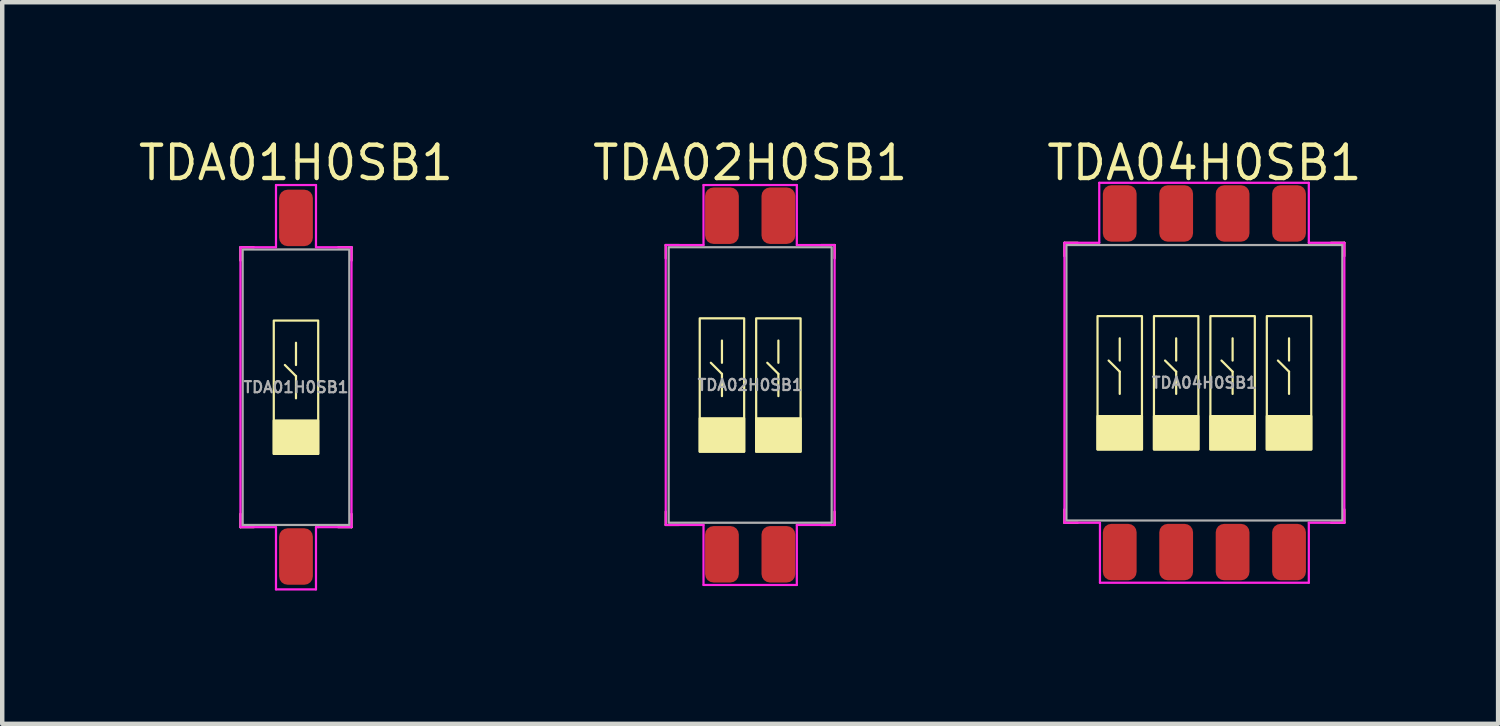
<source format=kicad_pcb>
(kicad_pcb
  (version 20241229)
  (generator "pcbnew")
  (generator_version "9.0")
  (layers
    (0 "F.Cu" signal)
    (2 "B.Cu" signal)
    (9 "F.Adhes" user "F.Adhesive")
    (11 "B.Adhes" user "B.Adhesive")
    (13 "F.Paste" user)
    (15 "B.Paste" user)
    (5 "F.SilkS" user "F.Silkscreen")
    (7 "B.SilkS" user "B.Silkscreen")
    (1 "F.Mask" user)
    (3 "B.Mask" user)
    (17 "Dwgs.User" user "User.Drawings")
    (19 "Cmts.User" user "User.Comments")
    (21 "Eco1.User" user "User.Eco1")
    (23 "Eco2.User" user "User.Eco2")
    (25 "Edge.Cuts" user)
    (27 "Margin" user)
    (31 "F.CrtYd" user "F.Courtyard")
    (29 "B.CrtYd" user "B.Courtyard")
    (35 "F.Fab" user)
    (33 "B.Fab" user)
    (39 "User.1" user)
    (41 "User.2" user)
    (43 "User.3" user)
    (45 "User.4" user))
  (footprint "TDA02H0SB1"
    (layer "F.Cu")
    (at 13.832 5.614)
    (property "Reference" "TDA02H0SB1" (at 0 -5 0) (unlocked yes) (layer "F.SilkS") (effects (font (size 0.75 0.75) (thickness 0.1))))
    (attr smd)
    (fp_line (start -1.9 -3.15) (end -1.9 -2.85) (stroke (width 0.05) (type solid)) (layer "F.SilkS"))
    (fp_line (start -1.9 -3.15) (end -1.6 -3.15) (stroke (width 0.05) (type solid)) (layer "F.SilkS"))
    (fp_line (start -1.9 3.15) (end -1.9 2.85) (stroke (width 0.05) (type solid)) (layer "F.SilkS"))
    (fp_line (start -1.9 3.15) (end -1.6 3.15) (stroke (width 0.05) (type solid)) (layer "F.SilkS"))
    (fp_line (start -0.635 -0.5) (end -0.635 -1) (stroke (width 0.05) (type solid)) (layer "F.SilkS"))
    (fp_line (start -0.635 -0.25) (end -0.885 -0.5) (stroke (width 0.05) (type solid)) (layer "F.SilkS"))
    (fp_line (start -0.635 0.25) (end -0.635 -0.25) (stroke (width 0.05) (type solid)) (layer "F.SilkS"))
    (fp_line (start 0.635 -0.5) (end 0.635 -1) (stroke (width 0.05) (type solid)) (layer "F.SilkS"))
    (fp_line (start 0.635 -0.25) (end 0.385 -0.5) (stroke (width 0.05) (type solid)) (layer "F.SilkS"))
    (fp_line (start 0.635 0.25) (end 0.635 -0.25) (stroke (width 0.05) (type solid)) (layer "F.SilkS"))
    (fp_line (start 1.9 -3.15) (end 1.6 -3.15) (stroke (width 0.05) (type solid)) (layer "F.SilkS"))
    (fp_line (start 1.9 -3.15) (end 1.9 -2.85) (stroke (width 0.05) (type solid)) (layer "F.SilkS"))
    (fp_line (start 1.9 3.15) (end 1.6 3.15) (stroke (width 0.05) (type solid)) (layer "F.SilkS"))
    (fp_line (start 1.9 3.15) (end 1.9 2.85) (stroke (width 0.05) (type solid)) (layer "F.SilkS"))
    (fp_rect (start -1.135 -1.5) (end -0.135 1.5) (stroke (width 0.05) (type solid)) (fill no) (layer "F.SilkS"))
    (fp_rect (start -1.135 0.75) (end -0.135 1.5) (stroke (width 0.05) (type solid)) (fill yes) (layer "F.SilkS"))
    (fp_rect (start 0.135 -1.5) (end 1.135 1.5) (stroke (width 0.05) (type solid)) (fill no) (layer "F.SilkS"))
    (fp_rect (start 0.135 0.75) (end 1.135 1.5) (stroke (width 0.05) (type solid)) (fill yes) (layer "F.SilkS"))
    (fp_line (start -1.9 -3.15) (end -1.05 -3.15) (stroke (width 0.05) (type solid)) (layer "F.CrtYd"))
    (fp_line (start -1.9 3.15) (end -1.9 -3.15) (stroke (width 0.05) (type solid)) (layer "F.CrtYd"))
    (fp_line (start -1.05 -4.5) (end 1.05 -4.5) (stroke (width 0.05) (type solid)) (layer "F.CrtYd"))
    (fp_line (start -1.05 -3.15) (end -1.05 -4.5) (stroke (width 0.05) (type solid)) (layer "F.CrtYd"))
    (fp_line (start -1.05 3.15) (end -1.9 3.15) (stroke (width 0.05) (type solid)) (layer "F.CrtYd"))
    (fp_line (start -1.05 4.5) (end -1.05 3.15) (stroke (width 0.05) (type solid)) (layer "F.CrtYd"))
    (fp_line (start 1.05 -4.5) (end 1.05 -3.15) (stroke (width 0.05) (type solid)) (layer "F.CrtYd"))
    (fp_line (start 1.05 -3.15) (end 1.9 -3.15) (stroke (width 0.05) (type solid)) (layer "F.CrtYd"))
    (fp_line (start 1.05 4.5) (end -1.05 4.5) (stroke (width 0.05) (type solid)) (layer "F.CrtYd"))
    (fp_line (start 1.05 4.5) (end 1.05 3.15) (stroke (width 0.05) (type solid)) (layer "F.CrtYd"))
    (fp_line (start 1.9 -3.15) (end 1.9 3.15) (stroke (width 0.05) (type solid)) (layer "F.CrtYd"))
    (fp_line (start 1.9 3.15) (end 1.05 3.15) (stroke (width 0.05) (type solid)) (layer "F.CrtYd"))
    (fp_rect (start -1.835 -3.1) (end 1.835 3.1) (stroke (width 0.05) (type solid)) (fill no) (layer "F.Fab"))
    (fp_text user "${REFERENCE}" (at 0 0 0) (unlocked yes) (layer "F.Fab") (effects (font (size 0.25 0.25) (thickness 0.05))))
    (pad "1" smd roundrect (at -0.635 3.81) (size 0.76 1.27) (layers "F.Cu" "F.Mask" "F.Paste") (roundrect_rratio 0.25))
    (pad "2" smd roundrect (at -0.635 -3.81) (size 0.76 1.27) (layers "F.Cu" "F.Mask" "F.Paste") (roundrect_rratio 0.25))
    (pad "3" smd roundrect (at 0.635 3.81) (size 0.76 1.27) (layers "F.Cu" "F.Mask" "F.Paste") (roundrect_rratio 0.25))
    (pad "4" smd roundrect (at 0.635 -3.81) (size 0.76 1.27) (layers "F.Cu" "F.Mask" "F.Paste") (roundrect_rratio 0.25)))
  (footprint "TDA04H0SB1"
    (layer "F.Cu")
    (at 24.054 5.564)
    (property "Reference" "TDA04H0SB1" (at 0 -4.95 0) (unlocked yes) (layer "F.SilkS") (effects (font (size 0.75 0.75) (thickness 0.1))))
    (attr smd)
    (fp_line (start -3.15 -3.15) (end -3.15 -2.85) (stroke (width 0.05) (type solid)) (layer "F.SilkS"))
    (fp_line (start -3.15 -3.15) (end -2.85 -3.15) (stroke (width 0.05) (type solid)) (layer "F.SilkS"))
    (fp_line (start -3.15 3.15) (end -3.15 2.85) (stroke (width 0.05) (type solid)) (layer "F.SilkS"))
    (fp_line (start -3.15 3.15) (end -2.85 3.15) (stroke (width 0.05) (type solid)) (layer "F.SilkS"))
    (fp_line (start -1.905 -0.5) (end -1.905 -1) (stroke (width 0.05) (type solid)) (layer "F.SilkS"))
    (fp_line (start -1.905 -0.25) (end -2.155 -0.5) (stroke (width 0.05) (type solid)) (layer "F.SilkS"))
    (fp_line (start -1.905 0.25) (end -1.905 -0.25) (stroke (width 0.05) (type solid)) (layer "F.SilkS"))
    (fp_line (start -0.635 -0.5) (end -0.635 -1) (stroke (width 0.05) (type solid)) (layer "F.SilkS"))
    (fp_line (start -0.635 -0.25) (end -0.885 -0.5) (stroke (width 0.05) (type solid)) (layer "F.SilkS"))
    (fp_line (start -0.635 0.25) (end -0.635 -0.25) (stroke (width 0.05) (type solid)) (layer "F.SilkS"))
    (fp_line (start 0.635 -0.5) (end 0.635 -1) (stroke (width 0.05) (type solid)) (layer "F.SilkS"))
    (fp_line (start 0.635 -0.25) (end 0.385 -0.5) (stroke (width 0.05) (type solid)) (layer "F.SilkS"))
    (fp_line (start 0.635 0.25) (end 0.635 -0.25) (stroke (width 0.05) (type solid)) (layer "F.SilkS"))
    (fp_line (start 1.905 -0.5) (end 1.905 -1) (stroke (width 0.05) (type solid)) (layer "F.SilkS"))
    (fp_line (start 1.905 -0.25) (end 1.655 -0.5) (stroke (width 0.05) (type solid)) (layer "F.SilkS"))
    (fp_line (start 1.905 0.25) (end 1.905 -0.25) (stroke (width 0.05) (type solid)) (layer "F.SilkS"))
    (fp_line (start 3.15 -3.15) (end 2.85 -3.15) (stroke (width 0.05) (type solid)) (layer "F.SilkS"))
    (fp_line (start 3.15 -3.15) (end 3.15 -2.85) (stroke (width 0.05) (type solid)) (layer "F.SilkS"))
    (fp_line (start 3.15 3.15) (end 2.85 3.15) (stroke (width 0.05) (type solid)) (layer "F.SilkS"))
    (fp_line (start 3.15 3.15) (end 3.15 2.85) (stroke (width 0.05) (type solid)) (layer "F.SilkS"))
    (fp_rect (start -2.405 -1.5) (end -1.405 1.5) (stroke (width 0.05) (type solid)) (fill no) (layer "F.SilkS"))
    (fp_rect (start -2.405 0.75) (end -1.405 1.5) (stroke (width 0.05) (type solid)) (fill yes) (layer "F.SilkS"))
    (fp_rect (start -1.135 -1.5) (end -0.135 1.5) (stroke (width 0.05) (type solid)) (fill no) (layer "F.SilkS"))
    (fp_rect (start -1.135 0.75) (end -0.135 1.5) (stroke (width 0.05) (type solid)) (fill yes) (layer "F.SilkS"))
    (fp_rect (start 0.135 -1.5) (end 1.135 1.5) (stroke (width 0.05) (type solid)) (fill no) (layer "F.SilkS"))
    (fp_rect (start 0.135 0.75) (end 1.135 1.5) (stroke (width 0.05) (type solid)) (fill yes) (layer "F.SilkS"))
    (fp_rect (start 1.405 -1.5) (end 2.405 1.5) (stroke (width 0.05) (type solid)) (fill no) (layer "F.SilkS"))
    (fp_rect (start 1.405 0.75) (end 2.405 1.5) (stroke (width 0.05) (type solid)) (fill yes) (layer "F.SilkS"))
    (fp_line (start -3.15 -3.15) (end -2.366 -3.15) (stroke (width 0.05) (type solid)) (layer "F.CrtYd"))
    (fp_line (start -3.15 3.15) (end -3.15 -3.15) (stroke (width 0.05) (type solid)) (layer "F.CrtYd"))
    (fp_line (start -2.366 -4.5) (end 2.35 -4.5) (stroke (width 0.05) (type solid)) (layer "F.CrtYd"))
    (fp_line (start -2.366 -3.15) (end -2.366 -4.5) (stroke (width 0.05) (type solid)) (layer "F.CrtYd"))
    (fp_line (start -2.35 3.15) (end -3.15 3.15) (stroke (width 0.05) (type solid)) (layer "F.CrtYd"))
    (fp_line (start -2.35 4.5) (end -2.35 3.15) (stroke (width 0.05) (type solid)) (layer "F.CrtYd"))
    (fp_line (start 2.35 -4.5) (end 2.35 -3.15) (stroke (width 0.05) (type solid)) (layer "F.CrtYd"))
    (fp_line (start 2.35 -3.15) (end 3.15 -3.15) (stroke (width 0.05) (type solid)) (layer "F.CrtYd"))
    (fp_line (start 2.35 4.5) (end -2.35 4.5) (stroke (width 0.05) (type solid)) (layer "F.CrtYd"))
    (fp_line (start 2.35 4.5) (end 2.35 3.15) (stroke (width 0.05) (type solid)) (layer "F.CrtYd"))
    (fp_line (start 3.15 -3.15) (end 3.15 3.15) (stroke (width 0.05) (type solid)) (layer "F.CrtYd"))
    (fp_line (start 3.15 3.15) (end 2.35 3.15) (stroke (width 0.05) (type solid)) (layer "F.CrtYd"))
    (fp_rect (start -3.105 -3.1) (end 3.105 3.1) (stroke (width 0.05) (type solid)) (fill no) (layer "F.Fab"))
    (fp_text user "${REFERENCE}" (at 0 0 0) (unlocked yes) (layer "F.Fab") (effects (font (size 0.25 0.25) (thickness 0.05))))
    (pad "1" smd roundrect (at -1.905 3.81) (size 0.76 1.27) (layers "F.Cu" "F.Mask" "F.Paste") (roundrect_rratio 0.25))
    (pad "2" smd roundrect (at -1.905 -3.81) (size 0.76 1.27) (layers "F.Cu" "F.Mask" "F.Paste") (roundrect_rratio 0.25))
    (pad "3" smd roundrect (at -0.635 3.81) (size 0.76 1.27) (layers "F.Cu" "F.Mask" "F.Paste") (roundrect_rratio 0.25))
    (pad "4" smd roundrect (at -0.635 -3.81) (size 0.76 1.27) (layers "F.Cu" "F.Mask" "F.Paste") (roundrect_rratio 0.25))
    (pad "5" smd roundrect (at 0.635 3.81) (size 0.76 1.27) (layers "F.Cu" "F.Mask" "F.Paste") (roundrect_rratio 0.25))
    (pad "6" smd roundrect (at 0.635 -3.81) (size 0.76 1.27) (layers "F.Cu" "F.Mask" "F.Paste") (roundrect_rratio 0.25))
    (pad "7" smd roundrect (at 1.905 3.81) (size 0.76 1.27) (layers "F.Cu" "F.Mask" "F.Paste") (roundrect_rratio 0.25))
    (pad "8" smd roundrect (at 1.905 -3.81) (size 0.76 1.27) (layers "F.Cu" "F.Mask" "F.Paste") (roundrect_rratio 0.25)))
  (footprint "TDA01H0SB1"
    (layer "F.Cu")
    (at 3.611 5.664)
    (property "Reference" "TDA01H0SB1" (at 0 -5.05 0) (unlocked yes) (layer "F.SilkS") (effects (font (size 0.75 0.75) (thickness 0.1))))
    (attr smd)
    (fp_line (start -1.25 -3.15) (end -1.25 -2.85) (stroke (width 0.05) (type solid)) (layer "F.SilkS"))
    (fp_line (start -1.25 -3.15) (end -0.95 -3.15) (stroke (width 0.05) (type solid)) (layer "F.SilkS"))
    (fp_line (start -1.25 3.15) (end -1.25 2.85) (stroke (width 0.05) (type solid)) (layer "F.SilkS"))
    (fp_line (start -1.25 3.15) (end -0.95 3.15) (stroke (width 0.05) (type solid)) (layer "F.SilkS"))
    (fp_line (start 0 -0.5) (end 0 -1) (stroke (width 0.05) (type solid)) (layer "F.SilkS"))
    (fp_line (start 0 -0.25) (end -0.25 -0.5) (stroke (width 0.05) (type solid)) (layer "F.SilkS"))
    (fp_line (start 0 0.25) (end 0 -0.25) (stroke (width 0.05) (type solid)) (layer "F.SilkS"))
    (fp_line (start 1.25 -3.15) (end 0.95 -3.15) (stroke (width 0.05) (type solid)) (layer "F.SilkS"))
    (fp_line (start 1.25 -3.15) (end 1.25 -2.85) (stroke (width 0.05) (type solid)) (layer "F.SilkS"))
    (fp_line (start 1.25 3.15) (end 0.95 3.15) (stroke (width 0.05) (type solid)) (layer "F.SilkS"))
    (fp_line (start 1.25 3.15) (end 1.25 2.85) (stroke (width 0.05) (type solid)) (layer "F.SilkS"))
    (fp_rect (start -0.5 -1.5) (end 0.5 1.5) (stroke (width 0.05) (type solid)) (fill no) (layer "F.SilkS"))
    (fp_rect (start -0.5 0.75) (end 0.5 1.5) (stroke (width 0.05) (type solid)) (fill yes) (layer "F.SilkS"))
    (fp_line (start -1.25 -3.15) (end -0.45 -3.15) (stroke (width 0.05) (type solid)) (layer "F.CrtYd"))
    (fp_line (start -1.25 3.15) (end -1.25 -3.15) (stroke (width 0.05) (type solid)) (layer "F.CrtYd"))
    (fp_line (start -0.45 -4.55) (end 0.45 -4.55) (stroke (width 0.05) (type solid)) (layer "F.CrtYd"))
    (fp_line (start -0.45 -3.15) (end -0.45 -4.55) (stroke (width 0.05) (type solid)) (layer "F.CrtYd"))
    (fp_line (start -0.45 3.15) (end -1.25 3.15) (stroke (width 0.05) (type solid)) (layer "F.CrtYd"))
    (fp_line (start -0.45 4.55) (end -0.45 3.15) (stroke (width 0.05) (type solid)) (layer "F.CrtYd"))
    (fp_line (start 0.45 -4.55) (end 0.45 -3.2) (stroke (width 0.05) (type solid)) (layer "F.CrtYd"))
    (fp_line (start 0.45 -3.2) (end 0.45 -3.15) (stroke (width 0.05) (type solid)) (layer "F.CrtYd"))
    (fp_line (start 0.45 -3.15) (end 1.25 -3.15) (stroke (width 0.05) (type solid)) (layer "F.CrtYd"))
    (fp_line (start 0.45 3.15) (end 0.45 4.55) (stroke (width 0.05) (type solid)) (layer "F.CrtYd"))
    (fp_line (start 0.45 4.55) (end -0.45 4.55) (stroke (width 0.05) (type solid)) (layer "F.CrtYd"))
    (fp_line (start 0.5 3.15) (end 0.45 3.15) (stroke (width 0.05) (type solid)) (layer "F.CrtYd"))
    (fp_line (start 1.25 -3.15) (end 1.25 3.15) (stroke (width 0.05) (type solid)) (layer "F.CrtYd"))
    (fp_line (start 1.25 3.15) (end 0.5 3.15) (stroke (width 0.05) (type solid)) (layer "F.CrtYd"))
    (fp_rect (start -1.2 -3.1) (end 1.2 3.1) (stroke (width 0.05) (type solid)) (fill no) (layer "F.Fab"))
    (fp_text user "${REFERENCE}" (at 0 0 0) (unlocked yes) (layer "F.Fab") (effects (font (size 0.25 0.25) (thickness 0.05))))
    (pad "1" smd roundrect (at 0 3.81) (size 0.76 1.27) (layers "F.Cu" "F.Mask" "F.Paste") (roundrect_rratio 0.25))
    (pad "2" smd roundrect (at 0 -3.81) (size 0.76 1.27) (layers "F.Cu" "F.Mask" "F.Paste") (roundrect_rratio 0.25)))
  (gr_rect
    (start -3 -3)
    (end 30.664 13.239)
    (stroke (width 0.1) (type default))
    (fill no)
    (layer "Edge.Cuts")))
</source>
